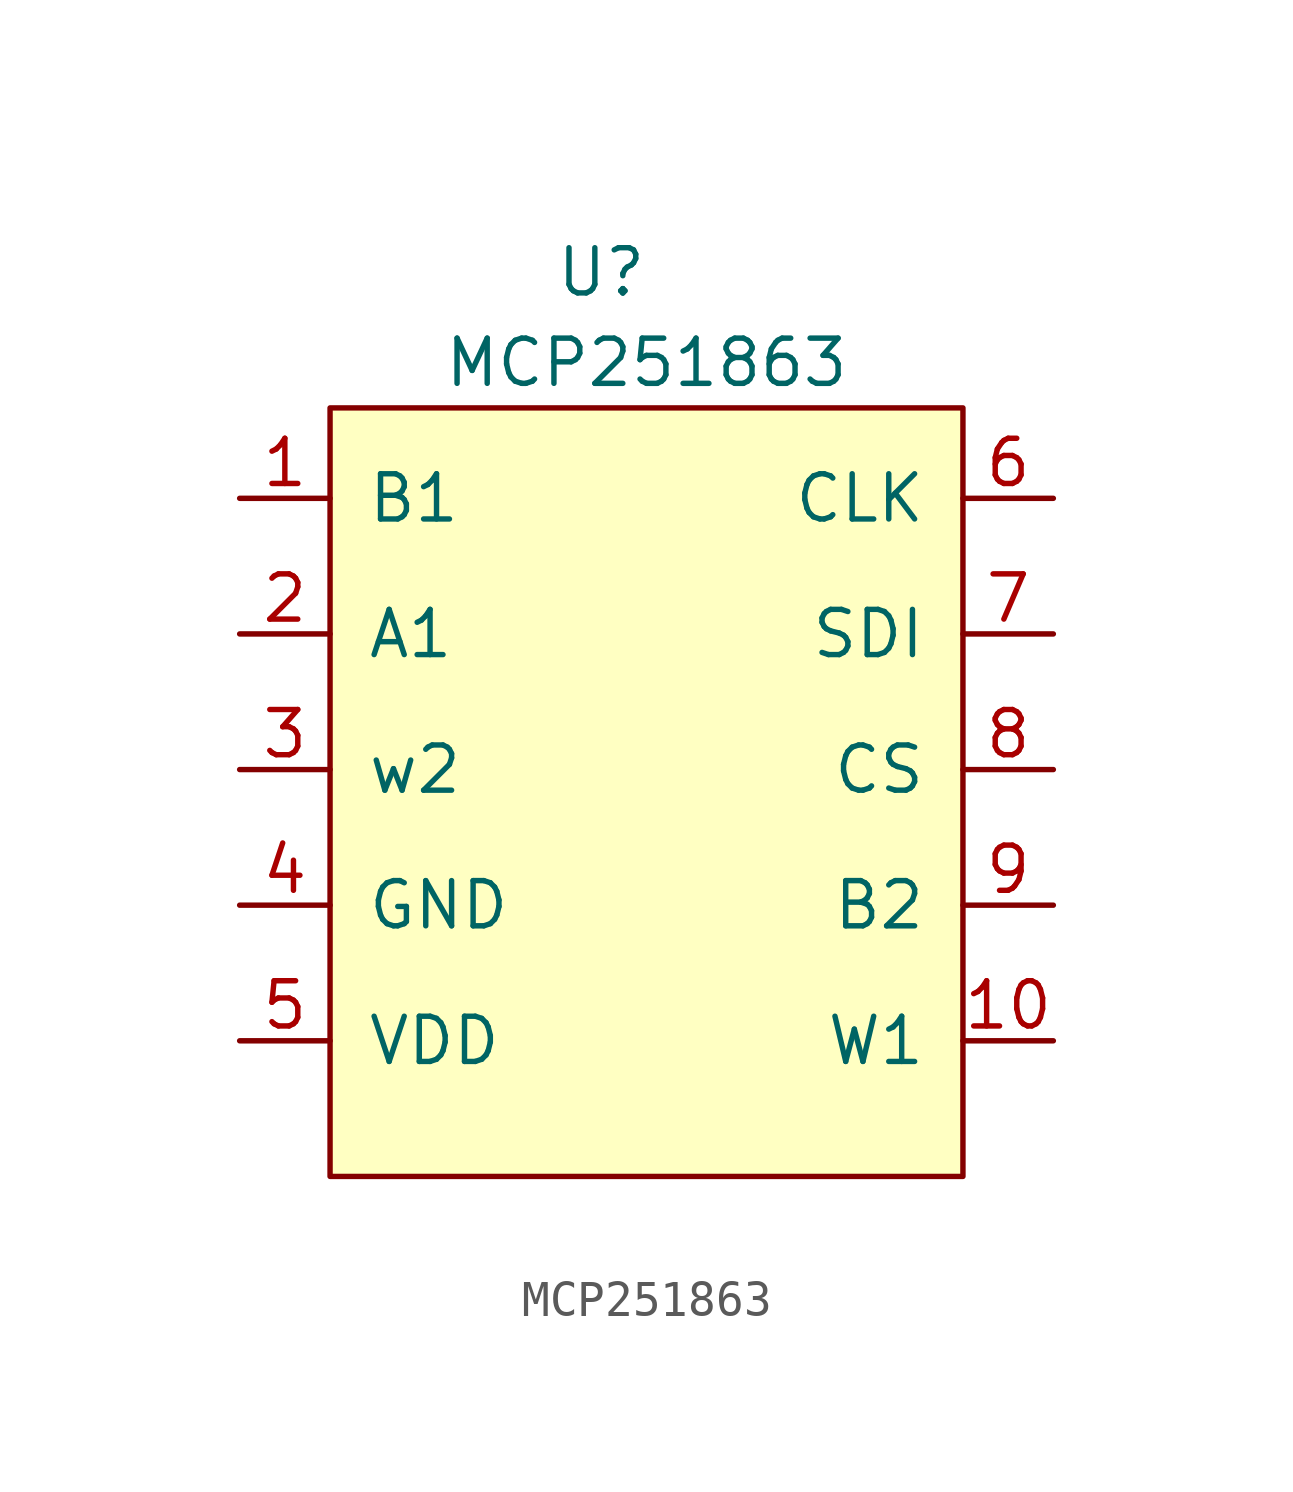
<source format=kicad_sym>
(kicad_symbol_lib
  (version 20220914)
  (generator kicad_symbol_editor)
  (symbol "MCP251863"
    (pin_names
      (offset 1.016))
    (property "Reference" "U"
      (at -1.27 13.97 0)
      (effects (font (size 1.27 1.27))))
    (property "Value" "MCP251863"
      (at 0 11.43 0)
      (effects (font (size 1.27 1.27))))
    (symbol "MCP251863_0_1"
      (rectangle (start -8.89 -11.43) (end 8.89 10.16) (stroke (width 0) (type solid)) (fill (type background))))
    (symbol "MCP251863_1_1"
      (pin input line (at -11.43 7.62 0) (length 2.54) (name "B1" (effects (font (size 1.27 1.27)))) (number "1" (effects (font (size 1.27 1.27)))))
      (pin input line (at 11.43 -7.62 180) (length 2.54) (name "W1" (effects (font (size 1.27 1.27)))) (number "10" (effects (font (size 1.27 1.27)))))
      (pin input line (at -11.43 3.81 0) (length 2.54) (name "A1" (effects (font (size 1.27 1.27)))) (number "2" (effects (font (size 1.27 1.27)))))
      (pin input line (at -11.43 0 0) (length 2.54) (name "w2" (effects (font (size 1.27 1.27)))) (number "3" (effects (font (size 1.27 1.27)))))
      (pin input line (at -11.43 -3.81 0) (length 2.54) (name "GND" (effects (font (size 1.27 1.27)))) (number "4" (effects (font (size 1.27 1.27)))))
      (pin input line (at -11.43 -7.62 0) (length 2.54) (name "VDD" (effects (font (size 1.27 1.27)))) (number "5" (effects (font (size 1.27 1.27)))))
      (pin input line (at 11.43 7.62 180) (length 2.54) (name "CLK" (effects (font (size 1.27 1.27)))) (number "6" (effects (font (size 1.27 1.27)))))
      (pin input line (at 11.43 3.81 180) (length 2.54) (name "SDI" (effects (font (size 1.27 1.27)))) (number "7" (effects (font (size 1.27 1.27)))))
      (pin input line (at 11.43 0 180) (length 2.54) (name "CS" (effects (font (size 1.27 1.27)))) (number "8" (effects (font (size 1.27 1.27)))))
      (pin input line (at 11.43 -3.81 180) (length 2.54) (name "B2" (effects (font (size 1.27 1.27)))) (number "9" (effects (font (size 1.27 1.27))))))))
</source>
